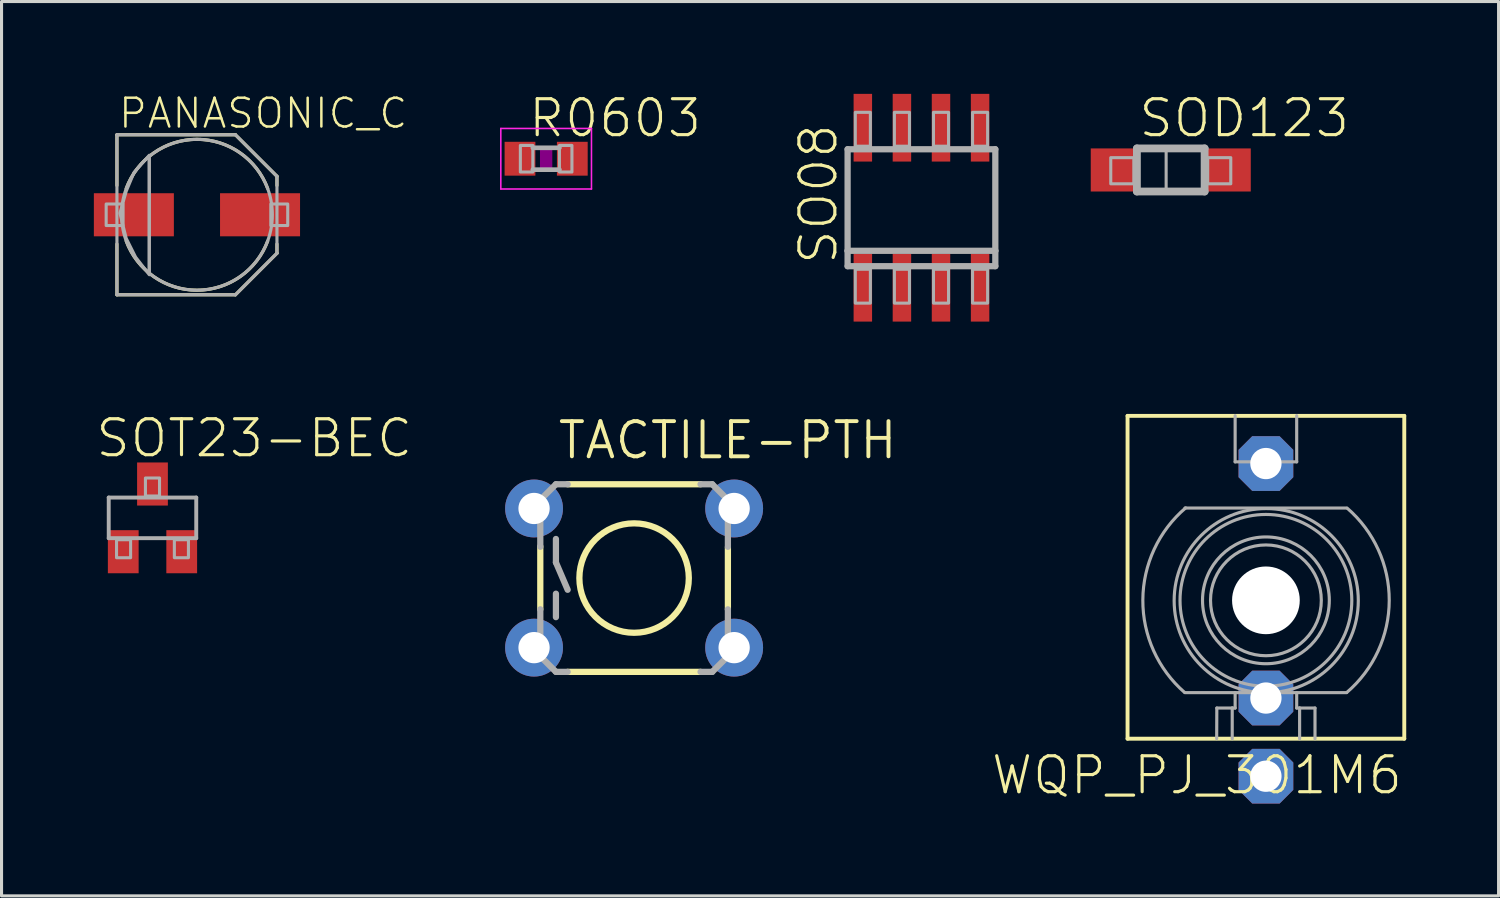
<source format=kicad_pcb>
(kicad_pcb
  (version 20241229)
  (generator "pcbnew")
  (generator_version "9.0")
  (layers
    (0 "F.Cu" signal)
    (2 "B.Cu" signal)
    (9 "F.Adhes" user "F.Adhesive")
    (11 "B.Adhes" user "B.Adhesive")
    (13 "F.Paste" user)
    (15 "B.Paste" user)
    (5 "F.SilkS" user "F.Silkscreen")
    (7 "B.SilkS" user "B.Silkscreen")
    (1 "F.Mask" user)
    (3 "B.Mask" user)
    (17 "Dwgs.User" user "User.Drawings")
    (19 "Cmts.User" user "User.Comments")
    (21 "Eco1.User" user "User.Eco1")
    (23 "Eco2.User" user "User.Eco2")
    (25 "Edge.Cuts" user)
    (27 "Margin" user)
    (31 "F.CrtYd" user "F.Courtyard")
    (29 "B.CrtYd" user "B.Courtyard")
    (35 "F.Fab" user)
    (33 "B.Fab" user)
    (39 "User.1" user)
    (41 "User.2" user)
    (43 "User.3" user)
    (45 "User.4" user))
  (footprint "SO08"
    (layer "F.Cu")
    (at 26.893 3.7)
    (property "Reference" "SO08" (at -2.667 1.905 90) (layer "F.SilkS") (effects (font (size 1.168 1.168) (thickness 0.102)) (justify left bottom)))
    (fp_line (start -2.4 -1.9) (end 2.4 -1.9) (stroke (width 0.203) (type solid)) (layer "F.Fab"))
    (fp_line (start -2.4 1.4) (end -2.4 -1.9) (stroke (width 0.203) (type solid)) (layer "F.Fab"))
    (fp_line (start -2.4 1.9) (end -2.4 1.4) (stroke (width 0.203) (type solid)) (layer "F.Fab"))
    (fp_line (start 2.4 -1.9) (end 2.4 1.4) (stroke (width 0.203) (type solid)) (layer "F.Fab"))
    (fp_line (start 2.4 1.4) (end -2.4 1.4) (stroke (width 0.203) (type solid)) (layer "F.Fab"))
    (fp_line (start 2.4 1.4) (end 2.4 1.9) (stroke (width 0.203) (type solid)) (layer "F.Fab"))
    (fp_line (start 2.4 1.9) (end -2.4 1.9) (stroke (width 0.203) (type solid)) (layer "F.Fab"))
    (fp_poly (pts (xy -2.15 -2) (xy -1.66 -2) (xy -1.66 -3.1) (xy -2.15 -3.1)) (stroke (width 0.1) (type solid)) (fill no) (layer "F.Fab"))
    (fp_poly (pts (xy -2.15 3.1) (xy -1.66 3.1) (xy -1.66 2) (xy -2.15 2)) (stroke (width 0.1) (type solid)) (fill no) (layer "F.Fab"))
    (fp_poly (pts (xy -0.88 -2) (xy -0.39 -2) (xy -0.39 -3.1) (xy -0.88 -3.1)) (stroke (width 0.1) (type solid)) (fill no) (layer "F.Fab"))
    (fp_poly (pts (xy -0.88 3.1) (xy -0.39 3.1) (xy -0.39 2) (xy -0.88 2)) (stroke (width 0.1) (type solid)) (fill no) (layer "F.Fab"))
    (fp_poly (pts (xy 0.39 -2) (xy 0.88 -2) (xy 0.88 -3.1) (xy 0.39 -3.1)) (stroke (width 0.1) (type solid)) (fill no) (layer "F.Fab"))
    (fp_poly (pts (xy 0.39 3.1) (xy 0.88 3.1) (xy 0.88 2) (xy 0.39 2)) (stroke (width 0.1) (type solid)) (fill no) (layer "F.Fab"))
    (fp_poly (pts (xy 1.66 -2) (xy 2.15 -2) (xy 2.15 -3.1) (xy 1.66 -3.1)) (stroke (width 0.1) (type solid)) (fill no) (layer "F.Fab"))
    (fp_poly (pts (xy 1.66 3.1) (xy 2.15 3.1) (xy 2.15 2) (xy 1.66 2)) (stroke (width 0.1) (type solid)) (fill no) (layer "F.Fab"))
    (pad "1" smd rect (at -1.905 2.6) (size 0.6 2.2) (layers "F.Cu" "F.Mask" "F.Paste"))
    (pad "2" smd rect (at -0.635 2.6) (size 0.6 2.2) (layers "F.Cu" "F.Mask" "F.Paste"))
    (pad "3" smd rect (at 0.635 2.6) (size 0.6 2.2) (layers "F.Cu" "F.Mask" "F.Paste"))
    (pad "4" smd rect (at 1.905 2.6) (size 0.6 2.2) (layers "F.Cu" "F.Mask" "F.Paste"))
    (pad "5" smd rect (at 1.905 -2.6) (size 0.6 2.2) (layers "F.Cu" "F.Mask" "F.Paste"))
    (pad "6" smd rect (at 0.635 -2.6) (size 0.6 2.2) (layers "F.Cu" "F.Mask" "F.Paste"))
    (pad "7" smd rect (at -0.635 -2.6) (size 0.6 2.2) (layers "F.Cu" "F.Mask" "F.Paste"))
    (pad "8" smd rect (at -1.905 -2.6) (size 0.6 2.2) (layers "F.Cu" "F.Mask" "F.Paste")))
  (footprint "R0603"
    (layer "F.Cu")
    (at 14.697 2.108)
    (property "Reference" "R0603" (at -0.635 -0.635 0) (layer "F.SilkS") (effects (font (size 1.168 1.168) (thickness 0.102)) (justify left bottom)))
    (fp_poly (pts (xy -0.2 0.4) (xy 0.2 0.4) (xy 0.2 -0.4) (xy -0.2 -0.4)) (stroke (width 0) (type solid)) (fill yes) (layer "F.Adhes"))
    (fp_line (start -1.473 -0.983) (end 1.473 -0.983) (stroke (width 0.051) (type solid)) (layer "F.CrtYd"))
    (fp_line (start -1.473 0.983) (end -1.473 -0.983) (stroke (width 0.051) (type solid)) (layer "F.CrtYd"))
    (fp_line (start 1.473 -0.983) (end 1.473 0.983) (stroke (width 0.051) (type solid)) (layer "F.CrtYd"))
    (fp_line (start 1.473 0.983) (end -1.473 0.983) (stroke (width 0.051) (type solid)) (layer "F.CrtYd"))
    (fp_line (start -0.432 0.356) (end 0.432 0.356) (stroke (width 0.152) (type solid)) (layer "F.Fab"))
    (fp_line (start 0.432 -0.356) (end -0.432 -0.356) (stroke (width 0.152) (type solid)) (layer "F.Fab"))
    (fp_poly (pts (xy -0.838 0.432) (xy -0.432 0.432) (xy -0.432 -0.432) (xy -0.838 -0.432)) (stroke (width 0.1) (type solid)) (fill no) (layer "F.Fab"))
    (fp_poly (pts (xy 0.432 0.432) (xy 0.838 0.432) (xy 0.838 -0.432) (xy 0.432 -0.432)) (stroke (width 0.1) (type solid)) (fill no) (layer "F.Fab"))
    (pad "1" smd rect (at -0.85 0) (size 1 1.1) (layers "F.Cu" "F.Mask" "F.Paste"))
    (pad "2" smd rect (at 0.85 0) (size 1 1.1) (layers "F.Cu" "F.Mask" "F.Paste")))
  (footprint "WQP_PJ_301M6"
    (layer "F.Cu")
    (at 38.086 16.458)
    (property "Reference" "WQP_PJ_301M6" (at 4.5 5 0) (layer "F.SilkS") (effects (font (size 1.168 1.168) (thickness 0.102)) (justify right top)))
    (fp_line (start -4.496 -5.994) (end 4.496 -5.994) (stroke (width 0.127) (type solid)) (layer "F.SilkS"))
    (fp_line (start -4.496 4.496) (end -4.496 -5.994) (stroke (width 0.127) (type solid)) (layer "F.SilkS"))
    (fp_line (start 4.496 -5.994) (end 4.496 4.496) (stroke (width 0.127) (type solid)) (layer "F.SilkS"))
    (fp_line (start 4.496 4.496) (end -4.496 4.496) (stroke (width 0.127) (type solid)) (layer "F.SilkS"))
    (fp_line (start -2.631 -3) (end 2.62 -3) (stroke (width 0.102) (type solid)) (layer "F.Fab"))
    (fp_line (start -2.631 3) (end 2.62 3) (stroke (width 0.102) (type solid)) (layer "F.Fab"))
    (fp_line (start -1.6 4.496) (end -1.595 3.5) (stroke (width 0.102) (type solid)) (layer "F.Fab"))
    (fp_line (start -1.595 3.5) (end -1.095 3.5) (stroke (width 0.102) (type solid)) (layer "F.Fab"))
    (fp_line (start -1.095 3.5) (end -1.095 4.5) (stroke (width 0.102) (type solid)) (layer "F.Fab"))
    (fp_line (start -1.095 3.5) (end -1 3.5) (stroke (width 0.102) (type solid)) (layer "F.Fab"))
    (fp_line (start -1 -4.5) (end -1 -6) (stroke (width 0.102) (type solid)) (layer "F.Fab"))
    (fp_line (start -1 0) (end 1 0) (stroke (width 0.102) (type solid)) (layer "F.Fab"))
    (fp_line (start -1 3.5) (end -1 3) (stroke (width 0.102) (type solid)) (layer "F.Fab"))
    (fp_line (start 0 -1) (end 0 1) (stroke (width 0.102) (type solid)) (layer "F.Fab"))
    (fp_line (start 1 -6) (end 1 -4.5) (stroke (width 0.102) (type solid)) (layer "F.Fab"))
    (fp_line (start 1 -4.5) (end -1 -4.5) (stroke (width 0.102) (type solid)) (layer "F.Fab"))
    (fp_line (start 1 3) (end 1 3.5) (stroke (width 0.102) (type solid)) (layer "F.Fab"))
    (fp_line (start 1 3.5) (end 1.095 3.5) (stroke (width 0.102) (type solid)) (layer "F.Fab"))
    (fp_line (start 1.095 3.5) (end 1.095 4.5) (stroke (width 0.102) (type solid)) (layer "F.Fab"))
    (fp_line (start 1.095 3.5) (end 1.595 3.5) (stroke (width 0.102) (type solid)) (layer "F.Fab"))
    (fp_line (start 1.595 3.5) (end 1.595 4.5) (stroke (width 0.102) (type solid)) (layer "F.Fab"))
    (fp_arc (start -2.641998 2.994) (mid -3.999529 -0.012791) (end -2.608 -3.004) (stroke (width 0.1016) (type solid)) (layer "F.Fab"))
    (fp_arc (start 2.642 -2.994) (mid 4.007235 0.003208) (end 2.628 2.994) (stroke (width 0.1016) (type solid)) (layer "F.Fab"))
    (fp_circle (center 0 0) (end 1.8 0) (stroke (width 0.102) (type solid)) (fill no) (layer "F.Fab"))
    (fp_circle (center 0 0) (end 2.06 0) (stroke (width 0.102) (type solid)) (fill no) (layer "F.Fab"))
    (fp_circle (center 0 0) (end 2.791 0) (stroke (width 0.102) (type solid)) (fill no) (layer "F.Fab"))
    (fp_circle (center 0.01 0.01) (end 3.002 0.01) (stroke (width 0.102) (type solid)) (fill no) (layer "F.Fab"))
    (pad "" np_thru_hole circle (at 0 0) (size 2.2 2.2) (drill 2.2) (layers "*.Cu" "*.Mask"))
    (pad "P1" thru_hole roundrect (at 0 5.715) (size 1.778 1.778) (drill 1.016) (layers "*.Cu" "*.Mask") (roundrect_rratio 0.25) (chamfer_ratio 0.25) (chamfer top_left top_right bottom_left bottom_right))
    (pad "P2" thru_hole roundrect (at 0 3.175) (size 1.778 1.778) (drill 1.016) (layers "*.Cu" "*.Mask") (roundrect_rratio 0.25) (chamfer_ratio 0.25) (chamfer top_left top_right bottom_left bottom_right))
    (pad "P3" thru_hole roundrect (at 0 -4.445) (size 1.778 1.778) (drill 1.016) (layers "*.Cu" "*.Mask") (roundrect_rratio 0.25) (chamfer_ratio 0.25) (chamfer top_left top_right bottom_left bottom_right)))
  (footprint "TACTILE-PTH"
    (layer "F.Cu")
    (at 17.555 15.734)
    (property "Reference" "TACTILE-PTH" (at -2.54 -3.81 0) (layer "F.SilkS") (effects (font (size 1.143 1.143) (thickness 0.127)) (justify left bottom)))
    (fp_line (start -3.048 -1.028) (end -3.048 1.016) (stroke (width 0.203) (type solid)) (layer "F.SilkS"))
    (fp_line (start -2.159 3.048) (end 2.159 3.048) (stroke (width 0.203) (type solid)) (layer "F.SilkS"))
    (fp_line (start 2.159 -3.048) (end -2.159 -3.048) (stroke (width 0.203) (type solid)) (layer "F.SilkS"))
    (fp_line (start 3.048 -0.998) (end 3.048 1.016) (stroke (width 0.203) (type solid)) (layer "F.SilkS"))
    (fp_circle (center 0 0) (end 1.778 0) (stroke (width 0.203) (type solid)) (fill no) (layer "F.SilkS"))
    (fp_line (start -3.048 -2.54) (end -3.048 -1.016) (stroke (width 0.203) (type solid)) (layer "F.Fab"))
    (fp_line (start -3.048 2.54) (end -3.048 1.016) (stroke (width 0.203) (type solid)) (layer "F.Fab"))
    (fp_line (start -2.54 -3.048) (end -3.048 -2.54) (stroke (width 0.203) (type solid)) (layer "F.Fab"))
    (fp_line (start -2.54 -3.048) (end -2.159 -3.048) (stroke (width 0.203) (type solid)) (layer "F.Fab"))
    (fp_line (start -2.54 -1.27) (end -2.54 -0.508) (stroke (width 0.203) (type solid)) (layer "F.Fab"))
    (fp_line (start -2.54 -0.508) (end -2.159 0.381) (stroke (width 0.203) (type solid)) (layer "F.Fab"))
    (fp_line (start -2.54 0.508) (end -2.54 1.27) (stroke (width 0.203) (type solid)) (layer "F.Fab"))
    (fp_line (start -2.54 3.048) (end -3.048 2.54) (stroke (width 0.203) (type solid)) (layer "F.Fab"))
    (fp_line (start -2.54 3.048) (end -2.159 3.048) (stroke (width 0.203) (type solid)) (layer "F.Fab"))
    (fp_line (start 2.54 -3.048) (end 2.159 -3.048) (stroke (width 0.203) (type solid)) (layer "F.Fab"))
    (fp_line (start 2.54 3.048) (end 2.159 3.048) (stroke (width 0.203) (type solid)) (layer "F.Fab"))
    (fp_line (start 2.54 3.048) (end 3.048 2.54) (stroke (width 0.203) (type solid)) (layer "F.Fab"))
    (fp_line (start 3.048 -2.54) (end 2.54 -3.048) (stroke (width 0.203) (type solid)) (layer "F.Fab"))
    (fp_line (start 3.048 -1.016) (end 3.048 -2.54) (stroke (width 0.203) (type solid)) (layer "F.Fab"))
    (fp_line (start 3.048 2.54) (end 3.048 1.016) (stroke (width 0.203) (type solid)) (layer "F.Fab"))
    (pad "1" thru_hole circle (at -3.251 -2.261) (size 1.88 1.88) (drill 1.016) (layers "*.Cu" "*.Mask"))
    (pad "2" thru_hole circle (at 3.251 -2.261) (size 1.88 1.88) (drill 1.016) (layers "*.Cu" "*.Mask"))
    (pad "3" thru_hole circle (at -3.251 2.261) (size 1.88 1.88) (drill 1.016) (layers "*.Cu" "*.Mask"))
    (pad "4" thru_hole circle (at 3.251 2.261) (size 1.88 1.88) (drill 1.016) (layers "*.Cu" "*.Mask")))
  (footprint "PANASONIC_C"
    (layer "F.Cu")
    (at 3.35 3.929)
    (property "Reference" "PANASONIC_C" (at -2.6 -2.75 0) (layer "F.SilkS") (effects (font (size 0.935 0.935) (thickness 0.081)) (justify left bottom)))
    (fp_line (start -2.6 -2.6) (end 1.25 -2.6) (stroke (width 0.102) (type solid)) (layer "F.SilkS"))
    (fp_line (start -2.6 -0.95) (end -2.6 -2.6) (stroke (width 0.102) (type solid)) (layer "F.SilkS"))
    (fp_line (start -2.6 2.6) (end -2.6 0.95) (stroke (width 0.102) (type solid)) (layer "F.SilkS"))
    (fp_line (start 1.25 -2.6) (end 2.6 -1.25) (stroke (width 0.102) (type solid)) (layer "F.SilkS"))
    (fp_line (start 1.25 2.6) (end -2.6 2.6) (stroke (width 0.102) (type solid)) (layer "F.SilkS"))
    (fp_line (start 2.6 -1.25) (end 2.6 -0.95) (stroke (width 0.102) (type solid)) (layer "F.SilkS"))
    (fp_line (start 2.6 0.95) (end 2.6 1.25) (stroke (width 0.102) (type solid)) (layer "F.SilkS"))
    (fp_line (start 2.6 1.25) (end 1.25 2.6) (stroke (width 0.102) (type solid)) (layer "F.SilkS"))
    (fp_arc (start -2.3 -0.85) (mid 0 -2.45204) (end 2.3 -0.85) (stroke (width 0.1016) (type solid)) (layer "F.SilkS"))
    (fp_arc (start 2.3 0.85) (mid 0 2.45204) (end -2.3 0.85) (stroke (width 0.1016) (type solid)) (layer "F.SilkS"))
    (fp_line (start -2.6 -2.6) (end 1.25 -2.6) (stroke (width 0.102) (type solid)) (layer "F.Fab"))
    (fp_line (start -2.6 2.6) (end -2.6 -2.6) (stroke (width 0.102) (type solid)) (layer "F.Fab"))
    (fp_line (start -1.55 -1.85) (end -1.55 1.85) (stroke (width 0.102) (type solid)) (layer "F.Fab"))
    (fp_line (start 1.25 -2.6) (end 2.6 -1.25) (stroke (width 0.102) (type solid)) (layer "F.Fab"))
    (fp_line (start 1.25 2.6) (end -2.6 2.6) (stroke (width 0.102) (type solid)) (layer "F.Fab"))
    (fp_line (start 2.6 -1.25) (end 2.6 1.25) (stroke (width 0.102) (type solid)) (layer "F.Fab"))
    (fp_line (start 2.6 1.25) (end 1.25 2.6) (stroke (width 0.102) (type solid)) (layer "F.Fab"))
    (fp_circle (center 0 0) (end 2.45 0) (stroke (width 0.102) (type solid)) (fill no) (layer "F.Fab"))
    (fp_poly (pts (xy -2.95 0.35) (xy -2.4 0.35) (xy -2.4 -0.35) (xy -2.95 -0.35)) (stroke (width 0.1) (type solid)) (fill no) (layer "F.Fab"))
    (fp_poly (pts (xy 2.4 0.35) (xy 2.95 0.35) (xy 2.95 -0.35) (xy 2.4 -0.35)) (stroke (width 0.1) (type solid)) (fill no) (layer "F.Fab"))
    (fp_poly (pts (xy -1.549 1.948) (xy -1.993 1.377) (xy -2.298 0.768) (xy -2.503 -0.051) (xy -2.298 -0.767) (xy -2.044 -1.377) (xy -1.549 -1.934)) (stroke (width 0.1) (type solid)) (fill no) (layer "F.Fab"))
    (pad "+" smd rect (at 2.05 0) (size 2.6 1.4) (layers "F.Cu" "F.Mask" "F.Paste"))
    (pad "-" smd rect (at -2.05 0) (size 2.6 1.4) (layers "F.Cu" "F.Mask" "F.Paste")))
  (footprint "SOT23-BEC"
    (layer "F.Cu")
    (at 1.905 13.778)
    (property "Reference" "SOT23-BEC" (at -1.905 -1.905 0) (layer "F.SilkS") (effects (font (size 1.168 1.168) (thickness 0.102)) (justify left bottom)))
    (fp_line (start -1.422 -0.66) (end 1.422 -0.66) (stroke (width 0.127) (type solid)) (layer "F.Fab"))
    (fp_line (start -1.422 0.66) (end -1.422 -0.66) (stroke (width 0.127) (type solid)) (layer "F.Fab"))
    (fp_line (start 1.422 -0.66) (end 1.422 0.66) (stroke (width 0.127) (type solid)) (layer "F.Fab"))
    (fp_line (start 1.422 0.66) (end -1.422 0.66) (stroke (width 0.127) (type solid)) (layer "F.Fab"))
    (fp_poly (pts (xy -1.168 1.295) (xy -0.711 1.295) (xy -0.711 0.711) (xy -1.168 0.711)) (stroke (width 0.1) (type solid)) (fill no) (layer "F.Fab"))
    (fp_poly (pts (xy -0.229 -0.711) (xy 0.229 -0.711) (xy 0.229 -1.295) (xy -0.229 -1.295)) (stroke (width 0.1) (type solid)) (fill no) (layer "F.Fab"))
    (fp_poly (pts (xy 0.711 1.295) (xy 1.168 1.295) (xy 1.168 0.711) (xy 0.711 0.711)) (stroke (width 0.1) (type solid)) (fill no) (layer "F.Fab"))
    (pad "B" smd rect (at -0.95 1.1) (size 1 1.4) (layers "F.Cu" "F.Mask" "F.Paste"))
    (pad "C" smd rect (at 0 -1.1) (size 1 1.4) (layers "F.Cu" "F.Mask" "F.Paste"))
    (pad "E" smd rect (at 0.95 1.1) (size 1 1.4) (layers "F.Cu" "F.Mask" "F.Paste")))
  (footprint "SOD123"
    (layer "F.Cu")
    (at 34.994 2.473)
    (property "Reference" "SOD123" (at -1.1 -1 0) (layer "F.SilkS") (effects (font (size 1.168 1.168) (thickness 0.102)) (justify left bottom)))
    (fp_line (start -1.1 -0.7) (end 1.1 -0.7) (stroke (width 0.254) (type solid)) (layer "F.Fab"))
    (fp_line (start -1.1 0.7) (end -1.1 -0.7) (stroke (width 0.254) (type solid)) (layer "F.Fab"))
    (fp_line (start 1.1 -0.7) (end 1.1 0.7) (stroke (width 0.254) (type solid)) (layer "F.Fab"))
    (fp_line (start 1.1 0.7) (end -1.1 0.7) (stroke (width 0.254) (type solid)) (layer "F.Fab"))
    (fp_poly (pts (xy -1.95 0.45) (xy -1.2 0.45) (xy -1.2 -0.4) (xy -1.95 -0.4)) (stroke (width 0.1) (type solid)) (fill no) (layer "F.Fab"))
    (fp_poly (pts (xy -1.05 0.65) (xy -0.15 0.65) (xy -0.15 -0.7) (xy -1.05 -0.7)) (stroke (width 0.1) (type solid)) (fill no) (layer "F.Fab"))
    (fp_poly (pts (xy 1.2 0.45) (xy 1.95 0.45) (xy 1.95 -0.4) (xy 1.2 -0.4)) (stroke (width 0.1) (type solid)) (fill no) (layer "F.Fab"))
    (pad "A" smd rect (at 1.9 0) (size 1.4 1.4) (layers "F.Cu" "F.Mask" "F.Paste"))
    (pad "C" smd rect (at -1.9 0) (size 1.4 1.4) (layers "F.Cu" "F.Mask" "F.Paste")))
  (gr_rect
    (start -3 -3)
    (end 45.646 26.062)
    (stroke (width 0.1) (type default))
    (fill no)
    (layer "Edge.Cuts")))
</source>
